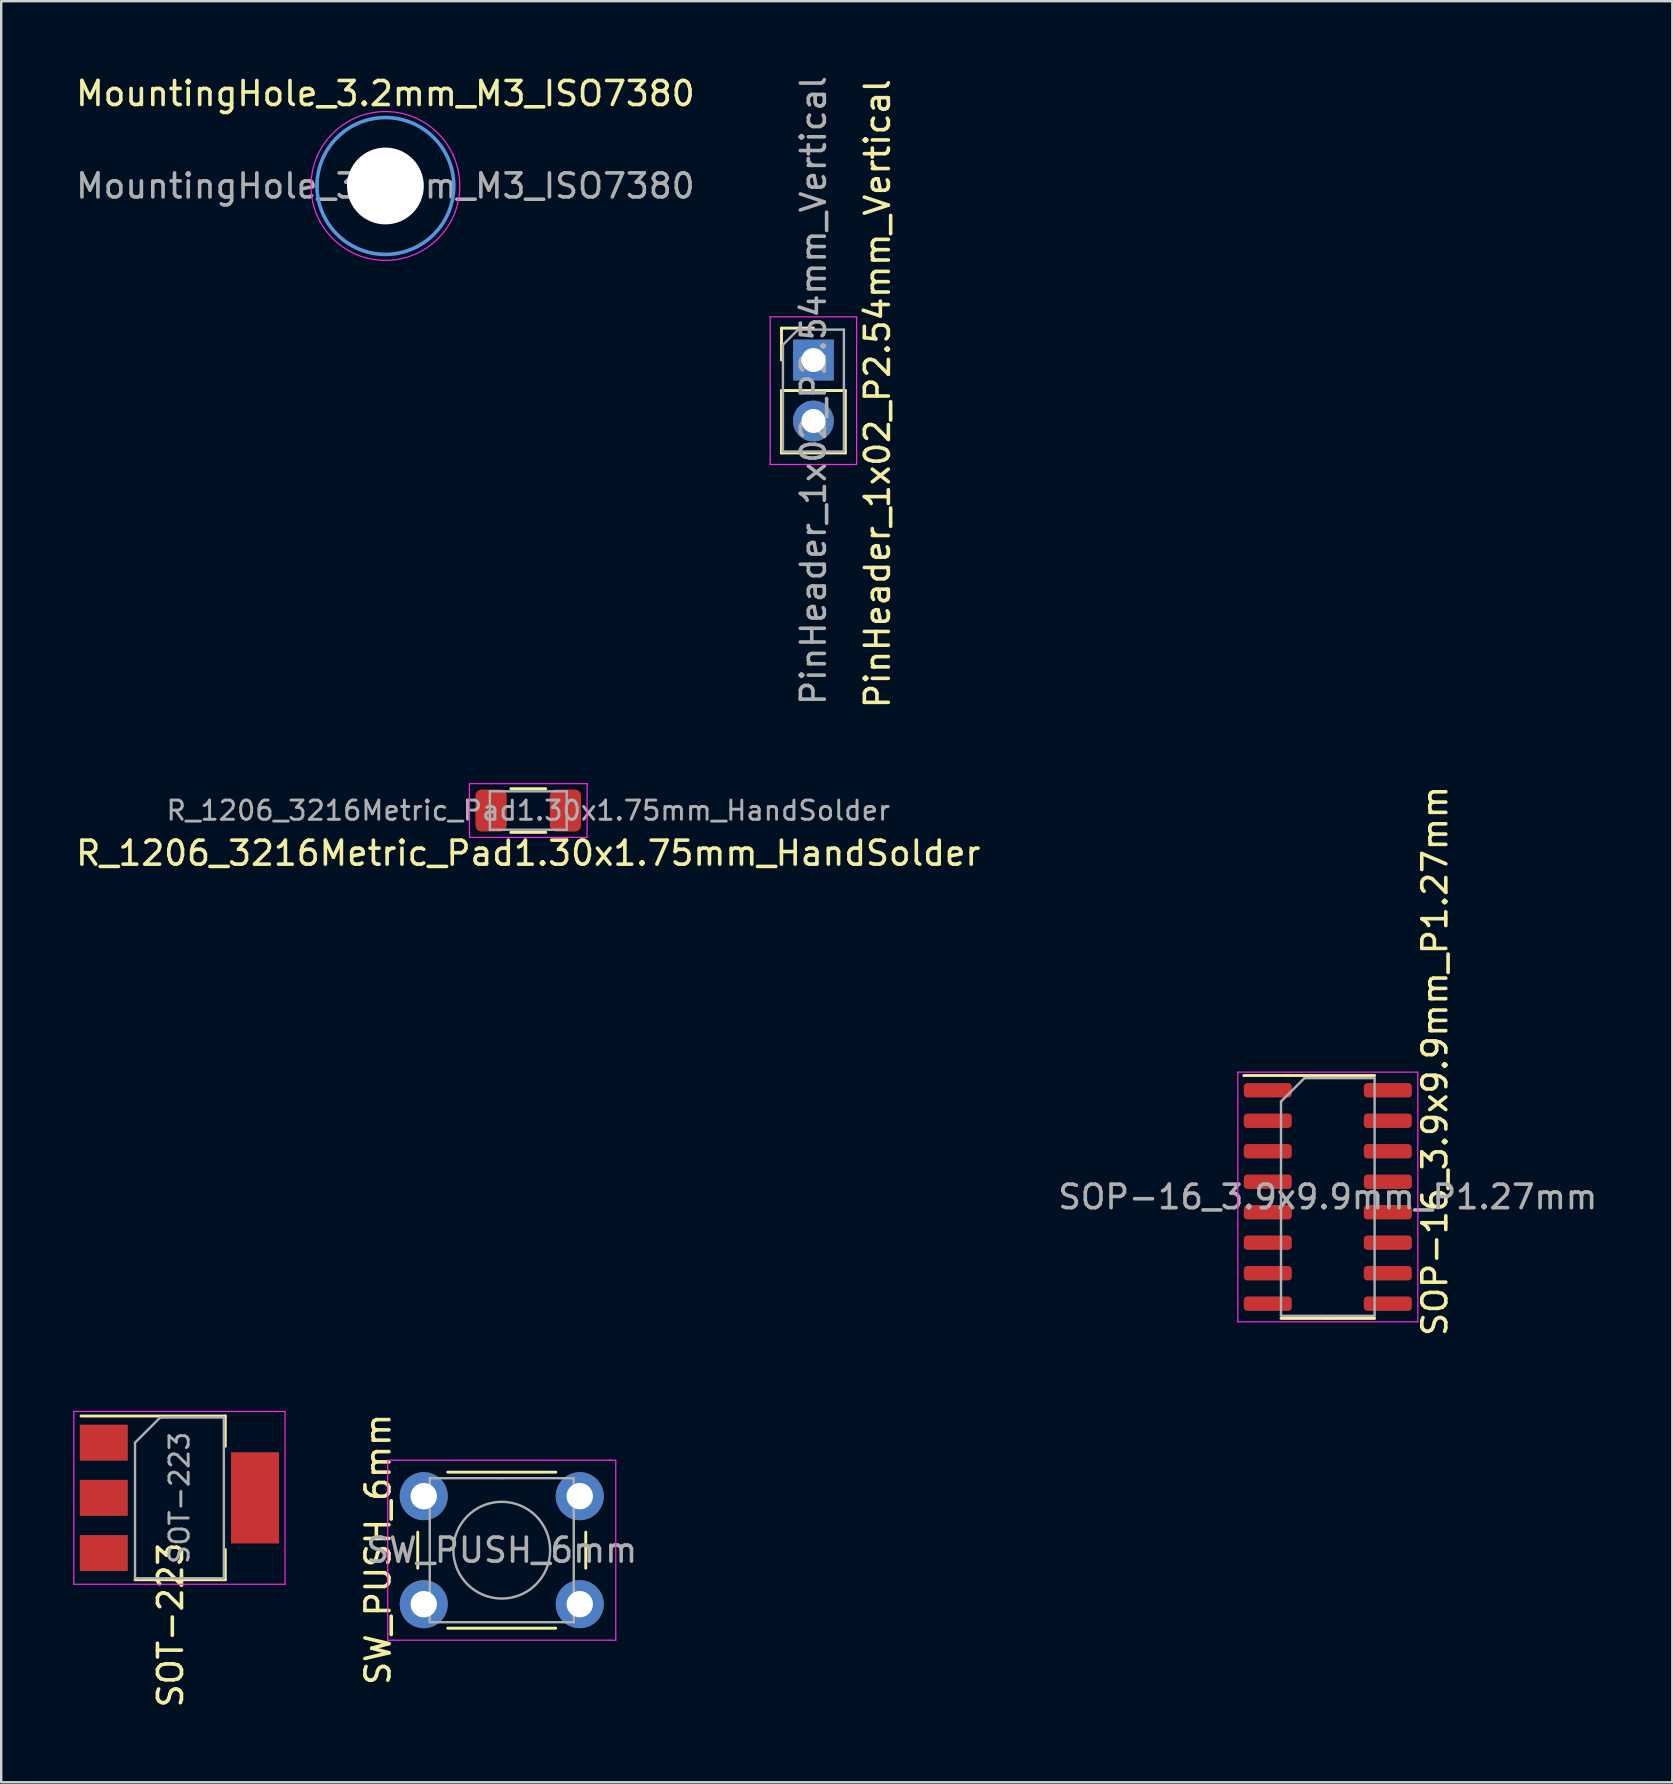
<source format=kicad_pcb>
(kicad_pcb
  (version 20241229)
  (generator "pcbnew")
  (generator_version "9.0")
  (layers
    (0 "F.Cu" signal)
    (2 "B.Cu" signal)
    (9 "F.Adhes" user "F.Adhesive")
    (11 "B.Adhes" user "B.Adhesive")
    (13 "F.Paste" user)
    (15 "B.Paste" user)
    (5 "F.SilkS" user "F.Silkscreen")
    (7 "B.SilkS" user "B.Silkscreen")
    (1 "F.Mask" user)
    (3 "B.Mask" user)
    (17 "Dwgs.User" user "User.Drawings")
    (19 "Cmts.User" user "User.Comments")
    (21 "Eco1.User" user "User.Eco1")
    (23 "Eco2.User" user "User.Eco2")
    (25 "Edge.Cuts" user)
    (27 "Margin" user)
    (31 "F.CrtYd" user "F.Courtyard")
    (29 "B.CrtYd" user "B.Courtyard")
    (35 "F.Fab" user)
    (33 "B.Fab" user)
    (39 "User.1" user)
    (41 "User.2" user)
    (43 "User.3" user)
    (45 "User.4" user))
  (footprint "SOT-223"
    (layer "F.Cu")
    (at 4.425 59.352)
    (property "Reference" "SOT-223" (at -0.37 5.295 90) (layer "F.SilkS") (effects (font (size 1 1) (thickness 0.15))))
    (attr smd)
    (fp_line (start -4.1 -3.41) (end 1.91 -3.41) (stroke (width 0.12) (type solid)) (layer "F.SilkS"))
    (fp_line (start -1.85 3.41) (end 1.91 3.41) (stroke (width 0.12) (type solid)) (layer "F.SilkS"))
    (fp_line (start 1.91 -3.41) (end 1.91 -2.15) (stroke (width 0.12) (type solid)) (layer "F.SilkS"))
    (fp_line (start 1.91 3.41) (end 1.91 2.15) (stroke (width 0.12) (type solid)) (layer "F.SilkS"))
    (fp_line (start -4.4 -3.6) (end -4.4 3.6) (stroke (width 0.05) (type solid)) (layer "F.CrtYd"))
    (fp_line (start -4.4 3.6) (end 4.4 3.6) (stroke (width 0.05) (type solid)) (layer "F.CrtYd"))
    (fp_line (start 4.4 -3.6) (end -4.4 -3.6) (stroke (width 0.05) (type solid)) (layer "F.CrtYd"))
    (fp_line (start 4.4 3.6) (end 4.4 -3.6) (stroke (width 0.05) (type solid)) (layer "F.CrtYd"))
    (fp_line (start -1.85 -2.3) (end -1.85 3.35) (stroke (width 0.1) (type solid)) (layer "F.Fab"))
    (fp_line (start -1.85 -2.3) (end -0.8 -3.35) (stroke (width 0.1) (type solid)) (layer "F.Fab"))
    (fp_line (start -1.85 3.35) (end 1.85 3.35) (stroke (width 0.1) (type solid)) (layer "F.Fab"))
    (fp_line (start -0.8 -3.35) (end 1.85 -3.35) (stroke (width 0.1) (type solid)) (layer "F.Fab"))
    (fp_line (start 1.85 -3.35) (end 1.85 3.35) (stroke (width 0.1) (type solid)) (layer "F.Fab"))
    (fp_text user "${REFERENCE}" (at 0 0 90) (layer "F.Fab") (effects (font (size 0.8 0.8) (thickness 0.12))))
    (pad "1" smd rect (at -3.15 -2.3) (size 2 1.5) (layers "F.Cu" "F.Mask" "F.Paste"))
    (pad "2" smd rect (at -3.15 0) (size 2 1.5) (layers "F.Cu" "F.Mask" "F.Paste"))
    (pad "3" smd rect (at -3.15 2.3) (size 2 1.5) (layers "F.Cu" "F.Mask" "F.Paste"))
    (pad "4" smd rect (at 3.15 0) (size 2 3.8) (layers "F.Cu" "F.Mask" "F.Paste")))
  (footprint "PinHeader_1x02_P2.54mm_Vertical"
    (layer "F.Cu")
    (at 30.837 11.95)
    (property "Reference" "PinHeader_1x02_P2.54mm_Vertical" (at 2.667 1.402 90) (layer "F.SilkS") (effects (font (size 1 1) (thickness 0.15))))
    (attr through_hole)
    (fp_line (start -1.33 -1.33) (end 0 -1.33) (stroke (width 0.12) (type solid)) (layer "F.SilkS"))
    (fp_line (start -1.33 0) (end -1.33 -1.33) (stroke (width 0.12) (type solid)) (layer "F.SilkS"))
    (fp_line (start -1.33 1.27) (end -1.33 3.87) (stroke (width 0.12) (type solid)) (layer "F.SilkS"))
    (fp_line (start -1.33 1.27) (end 1.33 1.27) (stroke (width 0.12) (type solid)) (layer "F.SilkS"))
    (fp_line (start -1.33 3.87) (end 1.33 3.87) (stroke (width 0.12) (type solid)) (layer "F.SilkS"))
    (fp_line (start 1.33 1.27) (end 1.33 3.87) (stroke (width 0.12) (type solid)) (layer "F.SilkS"))
    (fp_line (start -1.8 -1.8) (end -1.8 4.35) (stroke (width 0.05) (type solid)) (layer "F.CrtYd"))
    (fp_line (start -1.8 4.35) (end 1.8 4.35) (stroke (width 0.05) (type solid)) (layer "F.CrtYd"))
    (fp_line (start 1.8 -1.8) (end -1.8 -1.8) (stroke (width 0.05) (type solid)) (layer "F.CrtYd"))
    (fp_line (start 1.8 4.35) (end 1.8 -1.8) (stroke (width 0.05) (type solid)) (layer "F.CrtYd"))
    (fp_line (start -1.27 -0.635) (end -0.635 -1.27) (stroke (width 0.1) (type solid)) (layer "F.Fab"))
    (fp_line (start -1.27 3.81) (end -1.27 -0.635) (stroke (width 0.1) (type solid)) (layer "F.Fab"))
    (fp_line (start -0.635 -1.27) (end 1.27 -1.27) (stroke (width 0.1) (type solid)) (layer "F.Fab"))
    (fp_line (start 1.27 -1.27) (end 1.27 3.81) (stroke (width 0.1) (type solid)) (layer "F.Fab"))
    (fp_line (start 1.27 3.81) (end -1.27 3.81) (stroke (width 0.1) (type solid)) (layer "F.Fab"))
    (fp_text user "${REFERENCE}" (at 0 1.27 270) (layer "F.Fab") (effects (font (size 1 1) (thickness 0.15))))
    (pad "1" thru_hole rect (at 0 0) (size 1.7 1.7) (drill 1) (layers "*.Cu" "*.Mask"))
    (pad "2" thru_hole oval (at 0 2.54) (size 1.7 1.7) (drill 1) (layers "*.Cu" "*.Mask")))
  (footprint "R_1206_3216Metric_Pad1.30x1.75mm_HandSolder"
    (layer "F.Cu")
    (at 18.958 30.717)
    (property "Reference" "R_1206_3216Metric_Pad1.30x1.75mm_HandSolder" (at 0 1.778 0) (layer "F.SilkS") (effects (font (size 1 1) (thickness 0.15))))
    (attr smd)
    (fp_line (start -0.727 -0.91) (end 0.727 -0.91) (stroke (width 0.12) (type solid)) (layer "F.SilkS"))
    (fp_line (start -0.727 0.91) (end 0.727 0.91) (stroke (width 0.12) (type solid)) (layer "F.SilkS"))
    (fp_line (start -2.45 -1.12) (end 2.45 -1.12) (stroke (width 0.05) (type solid)) (layer "F.CrtYd"))
    (fp_line (start -2.45 1.12) (end -2.45 -1.12) (stroke (width 0.05) (type solid)) (layer "F.CrtYd"))
    (fp_line (start 2.45 -1.12) (end 2.45 1.12) (stroke (width 0.05) (type solid)) (layer "F.CrtYd"))
    (fp_line (start 2.45 1.12) (end -2.45 1.12) (stroke (width 0.05) (type solid)) (layer "F.CrtYd"))
    (fp_line (start -1.6 -0.8) (end 1.6 -0.8) (stroke (width 0.1) (type solid)) (layer "F.Fab"))
    (fp_line (start -1.6 0.8) (end -1.6 -0.8) (stroke (width 0.1) (type solid)) (layer "F.Fab"))
    (fp_line (start 1.6 -0.8) (end 1.6 0.8) (stroke (width 0.1) (type solid)) (layer "F.Fab"))
    (fp_line (start 1.6 0.8) (end -1.6 0.8) (stroke (width 0.1) (type solid)) (layer "F.Fab"))
    (fp_text user "${REFERENCE}" (at 0 0 180) (layer "F.Fab") (effects (font (size 0.8 0.8) (thickness 0.12))))
    (pad "1" smd roundrect (at -1.55 0) (size 1.3 1.75) (layers "F.Cu" "F.Mask" "F.Paste") (roundrect_rratio 0.192))
    (pad "2" smd roundrect (at 1.55 0) (size 1.3 1.75) (layers "F.Cu" "F.Mask" "F.Paste") (roundrect_rratio 0.192)))
  (footprint "SW_PUSH_6mm"
    (layer "F.Cu")
    (at 14.603 59.281)
    (property "Reference" "SW_PUSH_6mm" (at -1.905 2.214 270) (layer "F.SilkS") (effects (font (size 1 1) (thickness 0.15))))
    (attr through_hole)
    (fp_line (start -0.25 1.5) (end -0.25 3) (stroke (width 0.12) (type solid)) (layer "F.SilkS"))
    (fp_line (start 1 5.5) (end 5.5 5.5) (stroke (width 0.12) (type solid)) (layer "F.SilkS"))
    (fp_line (start 5.5 -1) (end 1 -1) (stroke (width 0.12) (type solid)) (layer "F.SilkS"))
    (fp_line (start 6.75 3) (end 6.75 1.5) (stroke (width 0.12) (type solid)) (layer "F.SilkS"))
    (fp_line (start -1.5 -1.5) (end -1.25 -1.5) (stroke (width 0.05) (type solid)) (layer "F.CrtYd"))
    (fp_line (start -1.5 -1.25) (end -1.5 -1.5) (stroke (width 0.05) (type solid)) (layer "F.CrtYd"))
    (fp_line (start -1.5 5.75) (end -1.5 -1.25) (stroke (width 0.05) (type solid)) (layer "F.CrtYd"))
    (fp_line (start -1.5 5.75) (end -1.5 6) (stroke (width 0.05) (type solid)) (layer "F.CrtYd"))
    (fp_line (start -1.5 6) (end -1.25 6) (stroke (width 0.05) (type solid)) (layer "F.CrtYd"))
    (fp_line (start -1.25 -1.5) (end 7.75 -1.5) (stroke (width 0.05) (type solid)) (layer "F.CrtYd"))
    (fp_line (start 7.75 -1.5) (end 8 -1.5) (stroke (width 0.05) (type solid)) (layer "F.CrtYd"))
    (fp_line (start 7.75 6) (end -1.25 6) (stroke (width 0.05) (type solid)) (layer "F.CrtYd"))
    (fp_line (start 7.75 6) (end 8 6) (stroke (width 0.05) (type solid)) (layer "F.CrtYd"))
    (fp_line (start 8 -1.5) (end 8 -1.25) (stroke (width 0.05) (type solid)) (layer "F.CrtYd"))
    (fp_line (start 8 -1.25) (end 8 5.75) (stroke (width 0.05) (type solid)) (layer "F.CrtYd"))
    (fp_line (start 8 6) (end 8 5.75) (stroke (width 0.05) (type solid)) (layer "F.CrtYd"))
    (fp_line (start 0.25 -0.75) (end 3.25 -0.75) (stroke (width 0.1) (type solid)) (layer "F.Fab"))
    (fp_line (start 0.25 5.25) (end 0.25 -0.75) (stroke (width 0.1) (type solid)) (layer "F.Fab"))
    (fp_line (start 3.25 -0.75) (end 6.25 -0.75) (stroke (width 0.1) (type solid)) (layer "F.Fab"))
    (fp_line (start 6.25 -0.75) (end 6.25 5.25) (stroke (width 0.1) (type solid)) (layer "F.Fab"))
    (fp_line (start 6.25 5.25) (end 0.25 5.25) (stroke (width 0.1) (type solid)) (layer "F.Fab"))
    (fp_circle (center 3.25 2.25) (end 1.25 2.5) (stroke (width 0.1) (type solid)) (fill no) (layer "F.Fab"))
    (fp_text user "${REFERENCE}" (at 3.25 2.25 180) (layer "F.Fab") (effects (font (size 1 1) (thickness 0.15))))
    (pad "1" thru_hole circle (at 0 0 270) (size 2 2) (drill 1.1) (layers "*.Cu" "*.Mask"))
    (pad "1" thru_hole circle (at 6.5 0 270) (size 2 2) (drill 1.1) (layers "*.Cu" "*.Mask"))
    (pad "2" thru_hole circle (at 0 4.5 270) (size 2 2) (drill 1.1) (layers "*.Cu" "*.Mask"))
    (pad "2" thru_hole circle (at 6.5 4.5 270) (size 2 2) (drill 1.1) (layers "*.Cu" "*.Mask")))
  (footprint "MountingHole_3.2mm_M3_ISO7380"
    (layer "F.Cu")
    (at 13.006 4.698)
    (property "Reference" "MountingHole_3.2mm_M3_ISO7380" (at 0 -3.85 0) (layer "F.SilkS") (effects (font (size 1 1) (thickness 0.15))))
    (attr exclude_from_pos_files)
    (fp_circle (center 0 0) (end 2.85 0) (stroke (width 0.15) (type solid)) (fill no) (layer "Cmts.User"))
    (fp_circle (center 0 0) (end 3.1 0) (stroke (width 0.05) (type solid)) (fill no) (layer "F.CrtYd"))
    (fp_text user "${REFERENCE}" (at 0 0 0) (layer "F.Fab") (effects (font (size 1 1) (thickness 0.15))))
    (pad "" np_thru_hole circle (at 0 0) (size 3.2 3.2) (drill 3.2) (layers "*.Cu" "*.Mask")))
  (footprint "SOP-16_3.9x9.9mm_P1.27mm"
    (layer "F.Cu")
    (at 52.267 46.816)
    (property "Reference" "SOP-16_3.9x9.9mm_P1.27mm" (at 4.46 -5.666 90) (layer "F.SilkS") (effects (font (size 1 1) (thickness 0.15))))
    (attr smd)
    (fp_line (start 0 -5.06) (end -3.5 -5.06) (stroke (width 0.12) (type solid)) (layer "F.SilkS"))
    (fp_line (start 0 -5.06) (end 1.95 -5.06) (stroke (width 0.12) (type solid)) (layer "F.SilkS"))
    (fp_line (start 0 5.06) (end -1.95 5.06) (stroke (width 0.12) (type solid)) (layer "F.SilkS"))
    (fp_line (start 0 5.06) (end 1.95 5.06) (stroke (width 0.12) (type solid)) (layer "F.SilkS"))
    (fp_line (start -3.75 -5.2) (end -3.75 5.2) (stroke (width 0.05) (type solid)) (layer "F.CrtYd"))
    (fp_line (start -3.75 5.2) (end 3.75 5.2) (stroke (width 0.05) (type solid)) (layer "F.CrtYd"))
    (fp_line (start 3.75 -5.2) (end -3.75 -5.2) (stroke (width 0.05) (type solid)) (layer "F.CrtYd"))
    (fp_line (start 3.75 5.2) (end 3.75 -5.2) (stroke (width 0.05) (type solid)) (layer "F.CrtYd"))
    (fp_line (start -1.95 -3.975) (end -0.975 -4.95) (stroke (width 0.1) (type solid)) (layer "F.Fab"))
    (fp_line (start -1.95 4.95) (end -1.95 -3.975) (stroke (width 0.1) (type solid)) (layer "F.Fab"))
    (fp_line (start -0.975 -4.95) (end 1.95 -4.95) (stroke (width 0.1) (type solid)) (layer "F.Fab"))
    (fp_line (start 1.95 -4.95) (end 1.95 4.95) (stroke (width 0.1) (type solid)) (layer "F.Fab"))
    (fp_line (start 1.95 4.95) (end -1.95 4.95) (stroke (width 0.1) (type solid)) (layer "F.Fab"))
    (fp_text user "${REFERENCE}" (at 0 0 0) (layer "F.Fab") (effects (font (size 0.98 0.98) (thickness 0.15))))
    (pad "1" smd roundrect (at -2.5 -4.445) (size 2 0.6) (layers "F.Cu" "F.Mask" "F.Paste") (roundrect_rratio 0.25))
    (pad "2" smd roundrect (at -2.5 -3.175) (size 2 0.6) (layers "F.Cu" "F.Mask" "F.Paste") (roundrect_rratio 0.25))
    (pad "3" smd roundrect (at -2.5 -1.905) (size 2 0.6) (layers "F.Cu" "F.Mask" "F.Paste") (roundrect_rratio 0.25))
    (pad "4" smd roundrect (at -2.5 -0.635) (size 2 0.6) (layers "F.Cu" "F.Mask" "F.Paste") (roundrect_rratio 0.25))
    (pad "5" smd roundrect (at -2.5 0.635) (size 2 0.6) (layers "F.Cu" "F.Mask" "F.Paste") (roundrect_rratio 0.25))
    (pad "6" smd roundrect (at -2.5 1.905) (size 2 0.6) (layers "F.Cu" "F.Mask" "F.Paste") (roundrect_rratio 0.25))
    (pad "7" smd roundrect (at -2.5 3.175) (size 2 0.6) (layers "F.Cu" "F.Mask" "F.Paste") (roundrect_rratio 0.25))
    (pad "8" smd roundrect (at -2.5 4.445) (size 2 0.6) (layers "F.Cu" "F.Mask" "F.Paste") (roundrect_rratio 0.25))
    (pad "9" smd roundrect (at 2.5 4.445) (size 2 0.6) (layers "F.Cu" "F.Mask" "F.Paste") (roundrect_rratio 0.25))
    (pad "10" smd roundrect (at 2.5 3.175) (size 2 0.6) (layers "F.Cu" "F.Mask" "F.Paste") (roundrect_rratio 0.25))
    (pad "11" smd roundrect (at 2.5 1.905) (size 2 0.6) (layers "F.Cu" "F.Mask" "F.Paste") (roundrect_rratio 0.25))
    (pad "12" smd roundrect (at 2.5 0.635) (size 2 0.6) (layers "F.Cu" "F.Mask" "F.Paste") (roundrect_rratio 0.25))
    (pad "13" smd roundrect (at 2.5 -0.635) (size 2 0.6) (layers "F.Cu" "F.Mask" "F.Paste") (roundrect_rratio 0.25))
    (pad "14" smd roundrect (at 2.5 -1.905) (size 2 0.6) (layers "F.Cu" "F.Mask" "F.Paste") (roundrect_rratio 0.25))
    (pad "15" smd roundrect (at 2.5 -3.175) (size 2 0.6) (layers "F.Cu" "F.Mask" "F.Paste") (roundrect_rratio 0.25))
    (pad "16" smd roundrect (at 2.5 -4.445) (size 2 0.6) (layers "F.Cu" "F.Mask" "F.Paste") (roundrect_rratio 0.25)))
  (gr_rect
    (start -3 -3)
    (end 66.617 71.201)
    (stroke (width 0.1) (type default))
    (fill no)
    (layer "Edge.Cuts")))
</source>
